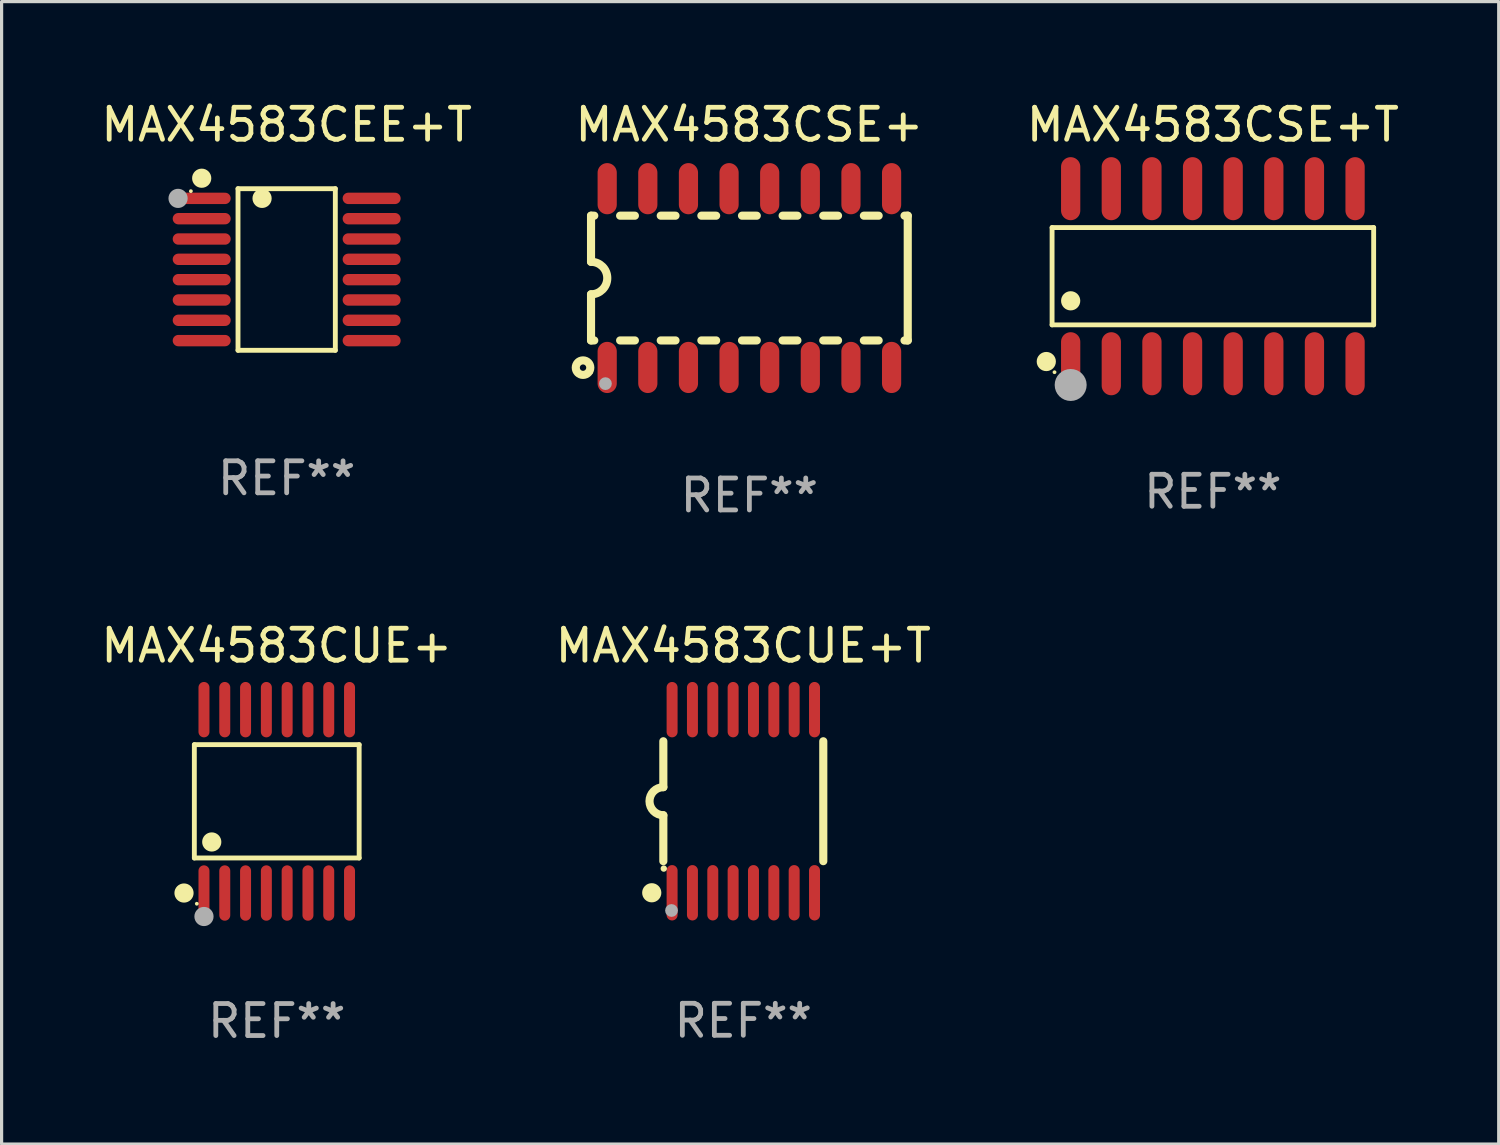
<source format=kicad_pcb>
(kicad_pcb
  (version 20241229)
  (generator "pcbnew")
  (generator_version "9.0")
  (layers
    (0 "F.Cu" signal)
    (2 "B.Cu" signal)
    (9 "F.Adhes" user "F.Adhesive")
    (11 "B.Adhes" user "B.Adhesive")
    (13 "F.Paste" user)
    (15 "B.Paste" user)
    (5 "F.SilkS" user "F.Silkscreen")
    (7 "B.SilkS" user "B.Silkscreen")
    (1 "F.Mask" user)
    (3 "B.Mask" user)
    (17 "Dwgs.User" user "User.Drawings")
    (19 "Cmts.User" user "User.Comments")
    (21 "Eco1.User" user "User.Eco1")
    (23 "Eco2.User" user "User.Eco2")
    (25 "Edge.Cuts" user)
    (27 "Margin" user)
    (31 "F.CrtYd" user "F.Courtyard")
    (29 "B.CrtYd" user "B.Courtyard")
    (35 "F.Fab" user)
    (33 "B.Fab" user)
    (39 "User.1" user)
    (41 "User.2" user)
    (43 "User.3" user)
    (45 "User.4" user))
  (footprint "MAX4583CSE+"
    (layer "F.Cu")
    (at 20.375 5.642)
    (property "Reference" "MAX4583CSE+" (at 0 -4.794 0) (layer "F.SilkS") (effects (font (size 1 1) (thickness 0.15))))
    (attr through_hole)
    (fp_line (start -4.95 -1.95) (end -4.95 -0.508) (stroke (width 0.254) (type solid)) (layer "F.SilkS"))
    (fp_line (start -4.95 -1.95) (end -4.849 -1.95) (stroke (width 0.254) (type solid)) (layer "F.SilkS"))
    (fp_line (start -4.95 1.95) (end -4.95 0.508) (stroke (width 0.254) (type solid)) (layer "F.SilkS"))
    (fp_line (start -4.95 1.95) (end -4.849 1.95) (stroke (width 0.254) (type solid)) (layer "F.SilkS"))
    (fp_line (start -4.041 -1.95) (end -3.579 -1.95) (stroke (width 0.254) (type solid)) (layer "F.SilkS"))
    (fp_line (start -4.041 1.95) (end -3.579 1.95) (stroke (width 0.254) (type solid)) (layer "F.SilkS"))
    (fp_line (start -2.771 -1.95) (end -2.309 -1.95) (stroke (width 0.254) (type solid)) (layer "F.SilkS"))
    (fp_line (start -2.771 1.95) (end -2.309 1.95) (stroke (width 0.254) (type solid)) (layer "F.SilkS"))
    (fp_line (start -1.501 -1.95) (end -1.039 -1.95) (stroke (width 0.254) (type solid)) (layer "F.SilkS"))
    (fp_line (start -1.501 1.95) (end -1.039 1.95) (stroke (width 0.254) (type solid)) (layer "F.SilkS"))
    (fp_line (start -0.231 -1.95) (end 0.231 -1.95) (stroke (width 0.254) (type solid)) (layer "F.SilkS"))
    (fp_line (start -0.231 1.95) (end 0.231 1.95) (stroke (width 0.254) (type solid)) (layer "F.SilkS"))
    (fp_line (start 1.039 -1.95) (end 1.501 -1.95) (stroke (width 0.254) (type solid)) (layer "F.SilkS"))
    (fp_line (start 1.039 1.95) (end 1.501 1.95) (stroke (width 0.254) (type solid)) (layer "F.SilkS"))
    (fp_line (start 2.309 -1.95) (end 2.771 -1.95) (stroke (width 0.254) (type solid)) (layer "F.SilkS"))
    (fp_line (start 2.309 1.95) (end 2.771 1.95) (stroke (width 0.254) (type solid)) (layer "F.SilkS"))
    (fp_line (start 3.579 -1.95) (end 4.041 -1.95) (stroke (width 0.254) (type solid)) (layer "F.SilkS"))
    (fp_line (start 3.579 1.95) (end 4.041 1.95) (stroke (width 0.254) (type solid)) (layer "F.SilkS"))
    (fp_line (start 4.849 -1.95) (end 4.95 -1.95) (stroke (width 0.254) (type solid)) (layer "F.SilkS"))
    (fp_line (start 4.849 1.95) (end 4.95 1.95) (stroke (width 0.254) (type solid)) (layer "F.SilkS"))
    (fp_line (start 4.95 -1.95) (end 4.95 1.95) (stroke (width 0.254) (type solid)) (layer "F.SilkS"))
    (fp_arc (start -4.95047 -0.508001) (mid -4.442469 -0.000228) (end -4.950013 0.508001) (stroke (width 0.254001) (type solid)) (layer "F.SilkS"))
    (fp_circle (center -5.2 2.8) (end -5.1 2.8) (stroke (width 0.254) (type solid)) (fill no) (layer "F.SilkS"))
    (fp_circle (center -4.95 2.947) (end -4.92 2.947) (stroke (width 0.06) (type solid)) (fill no) (layer "F.SilkS"))
    (fp_circle (center -4.5 3.3) (end -4.4 3.3) (stroke (width 0.2) (type solid)) (fill no) (layer "F.Fab"))
    (fp_text user "REF**" (at 0 6.794 0) (layer "F.Fab") (effects (font (size 1 1) (thickness 0.15))))
    (pad "1" smd oval (at -4.445 2.794) (size 0.6 1.6) (layers "F.Cu" "F.Mask" "F.Paste"))
    (pad "2" smd oval (at -3.175 2.794) (size 0.6 1.6) (layers "F.Cu" "F.Mask" "F.Paste"))
    (pad "3" smd oval (at -1.905 2.794) (size 0.6 1.6) (layers "F.Cu" "F.Mask" "F.Paste"))
    (pad "4" smd oval (at -0.635 2.794) (size 0.6 1.6) (layers "F.Cu" "F.Mask" "F.Paste"))
    (pad "5" smd oval (at 0.635 2.794) (size 0.6 1.6) (layers "F.Cu" "F.Mask" "F.Paste"))
    (pad "6" smd oval (at 1.905 2.794) (size 0.6 1.6) (layers "F.Cu" "F.Mask" "F.Paste"))
    (pad "7" smd oval (at 3.175 2.794) (size 0.6 1.6) (layers "F.Cu" "F.Mask" "F.Paste"))
    (pad "8" smd oval (at 4.445 2.794) (size 0.6 1.6) (layers "F.Cu" "F.Mask" "F.Paste"))
    (pad "9" smd oval (at 4.445 -2.794) (size 0.6 1.6) (layers "F.Cu" "F.Mask" "F.Paste"))
    (pad "10" smd oval (at 3.175 -2.794) (size 0.6 1.6) (layers "F.Cu" "F.Mask" "F.Paste"))
    (pad "11" smd oval (at 1.905 -2.794) (size 0.6 1.6) (layers "F.Cu" "F.Mask" "F.Paste"))
    (pad "12" smd oval (at 0.635 -2.794) (size 0.6 1.6) (layers "F.Cu" "F.Mask" "F.Paste"))
    (pad "13" smd oval (at -0.635 -2.794) (size 0.6 1.6) (layers "F.Cu" "F.Mask" "F.Paste"))
    (pad "14" smd oval (at -1.905 -2.794) (size 0.6 1.6) (layers "F.Cu" "F.Mask" "F.Paste"))
    (pad "15" smd oval (at -3.175 -2.794) (size 0.6 1.6) (layers "F.Cu" "F.Mask" "F.Paste"))
    (pad "16" smd oval (at -4.445 -2.794) (size 0.6 1.6) (layers "F.Cu" "F.Mask" "F.Paste")))
  (footprint "MAX4583CEE+T"
    (layer "F.Cu")
    (at 5.911 5.374)
    (property "Reference" "MAX4583CEE+T" (at 0 -4.526 0) (layer "F.SilkS") (effects (font (size 1 1) (thickness 0.15))))
    (attr through_hole)
    (fp_line (start -1.521 -2.526) (end 1.521 -2.526) (stroke (width 0.152) (type solid)) (layer "F.SilkS"))
    (fp_line (start -1.521 2.526) (end -1.521 -2.526) (stroke (width 0.152) (type solid)) (layer "F.SilkS"))
    (fp_line (start 1.521 -2.526) (end 1.521 2.526) (stroke (width 0.152) (type solid)) (layer "F.SilkS"))
    (fp_line (start 1.521 2.526) (end -1.521 2.526) (stroke (width 0.152) (type solid)) (layer "F.SilkS"))
    (fp_circle (center -2.995 -2.45) (end -2.965 -2.45) (stroke (width 0.06) (type solid)) (fill no) (layer "F.SilkS"))
    (fp_circle (center -2.656 -2.853) (end -2.506 -2.853) (stroke (width 0.3) (type solid)) (fill no) (layer "F.SilkS"))
    (fp_circle (center -0.769 -2.223) (end -0.619 -2.223) (stroke (width 0.3) (type solid)) (fill no) (layer "F.SilkS"))
    (fp_circle (center -3.395 -2.223) (end -3.245 -2.223) (stroke (width 0.3) (type solid)) (fill no) (layer "F.Fab"))
    (fp_text user "REF**" (at 0 6.526 0) (layer "F.Fab") (effects (font (size 1 1) (thickness 0.15))))
    (pad "1" smd oval (at -2.656 -2.223 270) (size 0.356 1.813) (layers "F.Cu" "F.Mask" "F.Paste"))
    (pad "2" smd oval (at -2.656 -1.588 270) (size 0.356 1.813) (layers "F.Cu" "F.Mask" "F.Paste"))
    (pad "3" smd oval (at -2.656 -0.953 270) (size 0.356 1.813) (layers "F.Cu" "F.Mask" "F.Paste"))
    (pad "4" smd oval (at -2.656 -0.318 270) (size 0.356 1.813) (layers "F.Cu" "F.Mask" "F.Paste"))
    (pad "5" smd oval (at -2.656 0.318 270) (size 0.356 1.813) (layers "F.Cu" "F.Mask" "F.Paste"))
    (pad "6" smd oval (at -2.656 0.953 270) (size 0.356 1.813) (layers "F.Cu" "F.Mask" "F.Paste"))
    (pad "7" smd oval (at -2.656 1.588 270) (size 0.356 1.813) (layers "F.Cu" "F.Mask" "F.Paste"))
    (pad "8" smd oval (at -2.656 2.223 270) (size 0.356 1.813) (layers "F.Cu" "F.Mask" "F.Paste"))
    (pad "9" smd oval (at 2.656 2.223 270) (size 0.356 1.813) (layers "F.Cu" "F.Mask" "F.Paste"))
    (pad "10" smd oval (at 2.656 1.588 270) (size 0.356 1.813) (layers "F.Cu" "F.Mask" "F.Paste"))
    (pad "11" smd oval (at 2.656 0.953 270) (size 0.356 1.813) (layers "F.Cu" "F.Mask" "F.Paste"))
    (pad "12" smd oval (at 2.656 0.318 270) (size 0.356 1.813) (layers "F.Cu" "F.Mask" "F.Paste"))
    (pad "13" smd oval (at 2.656 -0.318 270) (size 0.356 1.813) (layers "F.Cu" "F.Mask" "F.Paste"))
    (pad "14" smd oval (at 2.656 -0.953 270) (size 0.356 1.813) (layers "F.Cu" "F.Mask" "F.Paste"))
    (pad "15" smd oval (at 2.656 -1.588 270) (size 0.356 1.813) (layers "F.Cu" "F.Mask" "F.Paste"))
    (pad "16" smd oval (at 2.656 -2.223 270) (size 0.356 1.813) (layers "F.Cu" "F.Mask" "F.Paste")))
  (footprint "MAX4583CSE+T"
    (layer "F.Cu")
    (at 34.863 5.584)
    (property "Reference" "MAX4583CSE+T" (at 0 -4.736 0) (layer "F.SilkS") (effects (font (size 1 1) (thickness 0.15))))
    (attr through_hole)
    (fp_line (start -5.026 -1.521) (end 5.026 -1.521) (stroke (width 0.152) (type solid)) (layer "F.SilkS"))
    (fp_line (start -5.026 1.521) (end -5.026 -1.521) (stroke (width 0.152) (type solid)) (layer "F.SilkS"))
    (fp_line (start 5.026 -1.521) (end 5.026 1.521) (stroke (width 0.152) (type solid)) (layer "F.SilkS"))
    (fp_line (start 5.026 1.521) (end -5.026 1.521) (stroke (width 0.152) (type solid)) (layer "F.SilkS"))
    (fp_circle (center -5.207 2.667) (end -5.057 2.667) (stroke (width 0.3) (type solid)) (fill no) (layer "F.SilkS"))
    (fp_circle (center -4.95 3) (end -4.92 3) (stroke (width 0.06) (type solid)) (fill no) (layer "F.SilkS"))
    (fp_circle (center -4.445 0.769) (end -4.295 0.769) (stroke (width 0.3) (type solid)) (fill no) (layer "F.SilkS"))
    (fp_circle (center -4.445 3.4) (end -4.195 3.4) (stroke (width 0.5) (type solid)) (fill no) (layer "F.Fab"))
    (fp_text user "REF**" (at 0 6.736 0) (layer "F.Fab") (effects (font (size 1 1) (thickness 0.15))))
    (pad "1" smd oval (at -4.445 2.736) (size 0.602 1.971) (layers "F.Cu" "F.Mask" "F.Paste"))
    (pad "2" smd oval (at -3.175 2.736) (size 0.602 1.971) (layers "F.Cu" "F.Mask" "F.Paste"))
    (pad "3" smd oval (at -1.905 2.736) (size 0.602 1.971) (layers "F.Cu" "F.Mask" "F.Paste"))
    (pad "4" smd oval (at -0.635 2.736) (size 0.602 1.971) (layers "F.Cu" "F.Mask" "F.Paste"))
    (pad "5" smd oval (at 0.635 2.736) (size 0.602 1.971) (layers "F.Cu" "F.Mask" "F.Paste"))
    (pad "6" smd oval (at 1.905 2.736) (size 0.602 1.971) (layers "F.Cu" "F.Mask" "F.Paste"))
    (pad "7" smd oval (at 3.175 2.736) (size 0.602 1.971) (layers "F.Cu" "F.Mask" "F.Paste"))
    (pad "8" smd oval (at 4.445 2.736) (size 0.602 1.971) (layers "F.Cu" "F.Mask" "F.Paste"))
    (pad "9" smd oval (at 4.445 -2.736) (size 0.602 1.971) (layers "F.Cu" "F.Mask" "F.Paste"))
    (pad "10" smd oval (at 3.175 -2.736) (size 0.602 1.971) (layers "F.Cu" "F.Mask" "F.Paste"))
    (pad "11" smd oval (at 1.905 -2.736) (size 0.602 1.971) (layers "F.Cu" "F.Mask" "F.Paste"))
    (pad "12" smd oval (at 0.635 -2.736) (size 0.602 1.971) (layers "F.Cu" "F.Mask" "F.Paste"))
    (pad "13" smd oval (at -0.635 -2.736) (size 0.602 1.971) (layers "F.Cu" "F.Mask" "F.Paste"))
    (pad "14" smd oval (at -1.905 -2.736) (size 0.602 1.971) (layers "F.Cu" "F.Mask" "F.Paste"))
    (pad "15" smd oval (at -3.175 -2.736) (size 0.602 1.971) (layers "F.Cu" "F.Mask" "F.Paste"))
    (pad "16" smd oval (at -4.445 -2.736) (size 0.602 1.971) (layers "F.Cu" "F.Mask" "F.Paste")))
  (footprint "MAX4583CUE+"
    (layer "F.Cu")
    (at 5.601 21.999)
    (property "Reference" "MAX4583CUE+" (at 0 -4.866 0) (layer "F.SilkS") (effects (font (size 1 1) (thickness 0.15))))
    (attr through_hole)
    (fp_line (start -2.576 -1.772) (end 2.576 -1.772) (stroke (width 0.152) (type solid)) (layer "F.SilkS"))
    (fp_line (start -2.576 1.771) (end -2.576 -1.772) (stroke (width 0.152) (type solid)) (layer "F.SilkS"))
    (fp_line (start 2.576 -1.772) (end 2.576 1.771) (stroke (width 0.152) (type solid)) (layer "F.SilkS"))
    (fp_line (start 2.576 1.771) (end -2.576 1.771) (stroke (width 0.152) (type solid)) (layer "F.SilkS"))
    (fp_circle (center -2.899 2.866) (end -2.749 2.866) (stroke (width 0.3) (type solid)) (fill no) (layer "F.SilkS"))
    (fp_circle (center -2.5 3.2) (end -2.47 3.2) (stroke (width 0.06) (type solid)) (fill no) (layer "F.SilkS"))
    (fp_circle (center -2.032 1.27) (end -1.882 1.27) (stroke (width 0.3) (type solid)) (fill no) (layer "F.SilkS"))
    (fp_circle (center -2.275 3.6) (end -2.125 3.6) (stroke (width 0.3) (type solid)) (fill no) (layer "F.Fab"))
    (fp_text user "REF**" (at 0 6.866 0) (layer "F.Fab") (effects (font (size 1 1) (thickness 0.15))))
    (pad "1" smd oval (at -2.275 2.866) (size 0.343 1.731) (layers "F.Cu" "F.Mask" "F.Paste"))
    (pad "2" smd oval (at -1.625 2.866) (size 0.343 1.731) (layers "F.Cu" "F.Mask" "F.Paste"))
    (pad "3" smd oval (at -0.975 2.866) (size 0.343 1.731) (layers "F.Cu" "F.Mask" "F.Paste"))
    (pad "4" smd oval (at -0.325 2.866) (size 0.343 1.731) (layers "F.Cu" "F.Mask" "F.Paste"))
    (pad "5" smd oval (at 0.325 2.866) (size 0.343 1.731) (layers "F.Cu" "F.Mask" "F.Paste"))
    (pad "6" smd oval (at 0.975 2.866) (size 0.343 1.731) (layers "F.Cu" "F.Mask" "F.Paste"))
    (pad "7" smd oval (at 1.625 2.866) (size 0.343 1.731) (layers "F.Cu" "F.Mask" "F.Paste"))
    (pad "8" smd oval (at 2.275 2.866) (size 0.343 1.731) (layers "F.Cu" "F.Mask" "F.Paste"))
    (pad "9" smd oval (at 2.275 -2.866) (size 0.343 1.731) (layers "F.Cu" "F.Mask" "F.Paste"))
    (pad "10" smd oval (at 1.625 -2.866) (size 0.343 1.731) (layers "F.Cu" "F.Mask" "F.Paste"))
    (pad "11" smd oval (at 0.975 -2.866) (size 0.343 1.731) (layers "F.Cu" "F.Mask" "F.Paste"))
    (pad "12" smd oval (at 0.325 -2.866) (size 0.343 1.731) (layers "F.Cu" "F.Mask" "F.Paste"))
    (pad "13" smd oval (at -0.325 -2.866) (size 0.343 1.731) (layers "F.Cu" "F.Mask" "F.Paste"))
    (pad "14" smd oval (at -0.975 -2.866) (size 0.343 1.731) (layers "F.Cu" "F.Mask" "F.Paste"))
    (pad "15" smd oval (at -1.625 -2.866) (size 0.343 1.731) (layers "F.Cu" "F.Mask" "F.Paste"))
    (pad "16" smd oval (at -2.275 -2.866) (size 0.343 1.731) (layers "F.Cu" "F.Mask" "F.Paste")))
  (footprint "MAX4583CUE+T"
    (layer "F.Cu")
    (at 20.185 21.995)
    (property "Reference" "MAX4583CUE+T" (at 0 -4.862 0) (layer "F.SilkS") (effects (font (size 1 1) (thickness 0.15))))
    (attr through_hole)
    (fp_line (start -2.5 -1.874) (end -2.5 -0.439) (stroke (width 0.254) (type solid)) (layer "F.SilkS"))
    (fp_line (start -2.5 1.874) (end -2.5 0.439) (stroke (width 0.254) (type solid)) (layer "F.SilkS"))
    (fp_line (start 2.5 -1.874) (end 2.5 1.874) (stroke (width 0.254) (type solid)) (layer "F.SilkS"))
    (fp_arc (start -2.5 0.438989) (mid -2.938633 -0.000597) (end -2.499365 -0.439547) (stroke (width 0.254001) (type solid)) (layer "F.SilkS"))
    (fp_circle (center -2.862 2.862) (end -2.712 2.862) (stroke (width 0.3) (type solid)) (fill no) (layer "F.SilkS"))
    (fp_circle (center -2.486 2.106) (end -2.436 2.106) (stroke (width 0.1) (type solid)) (fill no) (layer "F.SilkS"))
    (fp_circle (center -2.244 3.416) (end -2.144 3.416) (stroke (width 0.2) (type solid)) (fill no) (layer "F.Fab"))
    (fp_text user "REF**" (at 0 6.862 0) (layer "F.Fab") (effects (font (size 1 1) (thickness 0.15))))
    (pad "1" smd oval (at -2.226 2.862) (size 0.343 1.731) (layers "F.Cu" "F.Mask" "F.Paste"))
    (pad "2" smd oval (at -1.59 2.862) (size 0.343 1.731) (layers "F.Cu" "F.Mask" "F.Paste"))
    (pad "3" smd oval (at -0.954 2.862) (size 0.343 1.731) (layers "F.Cu" "F.Mask" "F.Paste"))
    (pad "4" smd oval (at -0.318 2.862) (size 0.343 1.731) (layers "F.Cu" "F.Mask" "F.Paste"))
    (pad "5" smd oval (at 0.318 2.862) (size 0.343 1.731) (layers "F.Cu" "F.Mask" "F.Paste"))
    (pad "6" smd oval (at 0.954 2.862) (size 0.343 1.731) (layers "F.Cu" "F.Mask" "F.Paste"))
    (pad "7" smd oval (at 1.59 2.862) (size 0.343 1.731) (layers "F.Cu" "F.Mask" "F.Paste"))
    (pad "8" smd oval (at 2.226 2.862) (size 0.343 1.731) (layers "F.Cu" "F.Mask" "F.Paste"))
    (pad "9" smd oval (at 2.226 -2.862) (size 0.343 1.731) (layers "F.Cu" "F.Mask" "F.Paste"))
    (pad "10" smd oval (at 1.59 -2.862) (size 0.343 1.731) (layers "F.Cu" "F.Mask" "F.Paste"))
    (pad "11" smd oval (at 0.954 -2.862) (size 0.343 1.731) (layers "F.Cu" "F.Mask" "F.Paste"))
    (pad "12" smd oval (at 0.318 -2.862) (size 0.343 1.731) (layers "F.Cu" "F.Mask" "F.Paste"))
    (pad "13" smd oval (at -0.318 -2.862) (size 0.343 1.731) (layers "F.Cu" "F.Mask" "F.Paste"))
    (pad "14" smd oval (at -0.954 -2.862) (size 0.343 1.731) (layers "F.Cu" "F.Mask" "F.Paste"))
    (pad "15" smd oval (at -1.59 -2.862) (size 0.343 1.731) (layers "F.Cu" "F.Mask" "F.Paste"))
    (pad "16" smd oval (at -2.226 -2.862) (size 0.343 1.731) (layers "F.Cu" "F.Mask" "F.Paste")))
  (gr_rect
    (start -3 -3)
    (end 43.798 32.713)
    (stroke (width 0.1) (type default))
    (fill no)
    (layer "Edge.Cuts")))
</source>
